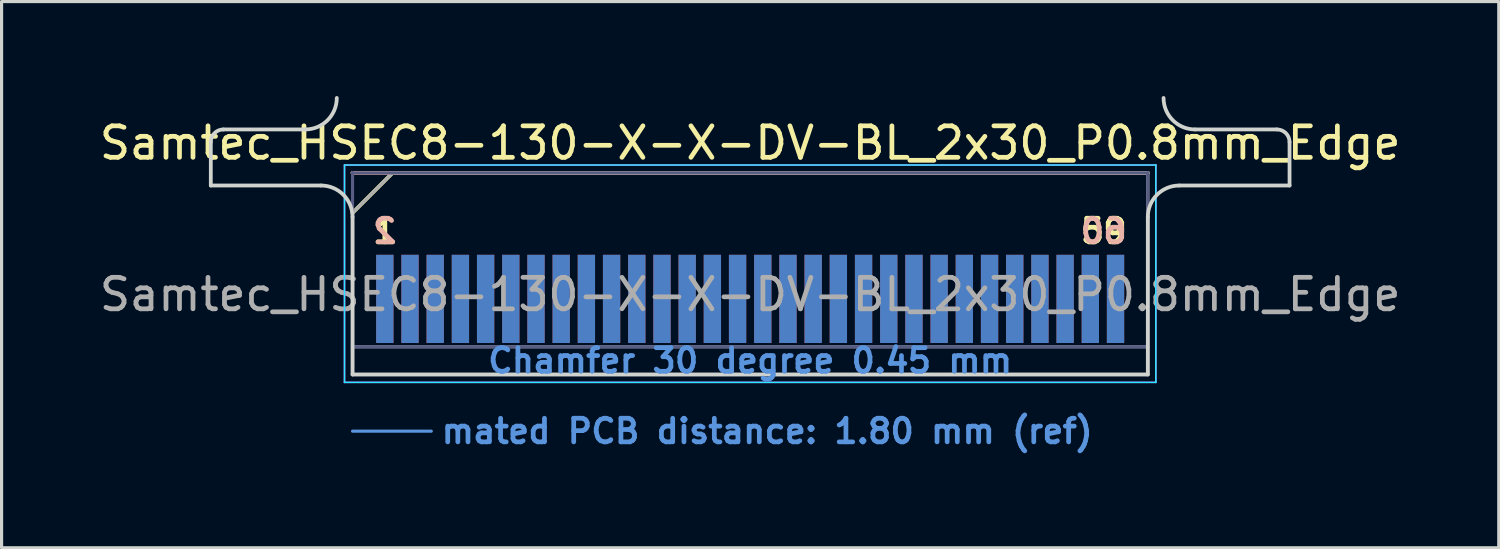
<source format=kicad_pcb>
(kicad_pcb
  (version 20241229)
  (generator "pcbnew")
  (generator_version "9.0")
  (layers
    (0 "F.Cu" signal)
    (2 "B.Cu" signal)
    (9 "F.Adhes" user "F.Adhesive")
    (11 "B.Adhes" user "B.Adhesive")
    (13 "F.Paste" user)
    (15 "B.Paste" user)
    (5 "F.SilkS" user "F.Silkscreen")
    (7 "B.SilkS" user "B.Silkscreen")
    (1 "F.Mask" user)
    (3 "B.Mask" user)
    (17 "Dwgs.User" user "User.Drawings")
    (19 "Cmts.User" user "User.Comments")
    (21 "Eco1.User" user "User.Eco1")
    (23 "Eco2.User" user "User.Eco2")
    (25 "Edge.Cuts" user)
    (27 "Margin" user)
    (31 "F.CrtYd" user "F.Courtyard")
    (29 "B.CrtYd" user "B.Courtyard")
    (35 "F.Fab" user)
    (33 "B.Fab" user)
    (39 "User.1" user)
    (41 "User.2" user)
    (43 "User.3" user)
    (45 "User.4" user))
  (footprint "Samtec_HSEC8-130-X-X-DV-BL_2x30_P0.8mm_Edge"
    (layer "F.Cu")
    (at 20.768 8.84)
    (property "Reference" "Samtec_HSEC8-130-X-X-DV-BL_2x30_P0.8mm_Edge" (at 0 -7.35 0) (layer "F.SilkS") (effects (font (size 1 1) (thickness 0.15))))
    (attr exclude_from_pos_files exclude_from_bom)
    (fp_line (start -12.625 -5.13) (end -11.355 -6.4) (stroke (width 0.12) (type solid)) (layer "F.SilkS"))
    (fp_line (start -11.355 -6.4) (end 12.625 -6.4) (stroke (width 0.12) (type solid)) (layer "F.SilkS"))
    (fp_line (start -12.625 -6.4) (end -12.625 -6.4) (stroke (width 0.12) (type solid)) (layer "B.SilkS"))
    (fp_line (start -12.625 -6.4) (end 12.625 -6.4) (stroke (width 0.12) (type solid)) (layer "B.SilkS"))
    (fp_line (start -12.625 1.8) (end -10.125 1.8) (stroke (width 0.1) (type solid)) (layer "Cmts.User"))
    (fp_line (start -17.125 -6) (end -17.125 -7.38) (stroke (width 0.12) (type solid)) (layer "Edge.Cuts"))
    (fp_line (start -16.725 -7.78) (end -14.125 -7.78) (stroke (width 0.12) (type solid)) (layer "Edge.Cuts"))
    (fp_line (start -13.625 -6) (end -17.125 -6) (stroke (width 0.12) (type solid)) (layer "Edge.Cuts"))
    (fp_line (start -12.625 -5) (end -12.625 0) (stroke (width 0.12) (type solid)) (layer "Edge.Cuts"))
    (fp_line (start -12.625 0) (end 12.625 0) (stroke (width 0.12) (type solid)) (layer "Edge.Cuts"))
    (fp_line (start 12.625 0) (end 12.625 -5) (stroke (width 0.12) (type solid)) (layer "Edge.Cuts"))
    (fp_line (start 13.625 -6) (end 17.125 -6) (stroke (width 0.12) (type solid)) (layer "Edge.Cuts"))
    (fp_line (start 16.725 -7.78) (end 14.125 -7.78) (stroke (width 0.12) (type solid)) (layer "Edge.Cuts"))
    (fp_line (start 17.125 -6) (end 17.125 -7.38) (stroke (width 0.12) (type solid)) (layer "Edge.Cuts"))
    (fp_arc (start -17.125 -7.38) (mid -17.007843 -7.662843) (end -16.725 -7.78) (stroke (width 0.12) (type solid)) (layer "Edge.Cuts"))
    (fp_arc (start -13.625 -6) (mid -12.917893 -5.707107) (end -12.625 -5) (stroke (width 0.12) (type solid)) (layer "Edge.Cuts"))
    (fp_arc (start -13.125 -8.78) (mid -13.417893 -8.072893) (end -14.125 -7.78) (stroke (width 0.12) (type solid)) (layer "Edge.Cuts"))
    (fp_arc (start 12.625 -5) (mid 12.917893 -5.707107) (end 13.625 -6) (stroke (width 0.12) (type solid)) (layer "Edge.Cuts"))
    (fp_arc (start 14.125 -7.78) (mid 13.417893 -8.072893) (end 13.125 -8.78) (stroke (width 0.12) (type solid)) (layer "Edge.Cuts"))
    (fp_arc (start 16.725 -7.78) (mid 17.007843 -7.662843) (end 17.125 -7.38) (stroke (width 0.12) (type solid)) (layer "Edge.Cuts"))
    (fp_line (start -12.88 -6.65) (end -12.88 0.25) (stroke (width 0.05) (type solid)) (layer "B.CrtYd"))
    (fp_line (start -12.88 0.25) (end 12.88 0.25) (stroke (width 0.05) (type solid)) (layer "B.CrtYd"))
    (fp_line (start 12.88 -6.65) (end -12.88 -6.65) (stroke (width 0.05) (type solid)) (layer "B.CrtYd"))
    (fp_line (start 12.88 0.25) (end 12.88 -6.65) (stroke (width 0.05) (type solid)) (layer "B.CrtYd"))
    (fp_line (start -12.88 -6.65) (end -12.88 0.25) (stroke (width 0.05) (type solid)) (layer "F.CrtYd"))
    (fp_line (start -12.88 0.25) (end 12.88 0.25) (stroke (width 0.05) (type solid)) (layer "F.CrtYd"))
    (fp_line (start 12.88 -6.65) (end -12.88 -6.65) (stroke (width 0.05) (type solid)) (layer "F.CrtYd"))
    (fp_line (start 12.88 0.25) (end 12.88 -6.65) (stroke (width 0.05) (type solid)) (layer "F.CrtYd"))
    (fp_line (start -12.625 -6.4) (end -12.625 -6.4) (stroke (width 0.1) (type solid)) (layer "B.Fab"))
    (fp_line (start -12.625 -6.4) (end -12.625 0) (stroke (width 0.1) (type solid)) (layer "B.Fab"))
    (fp_line (start -12.625 -6.4) (end 12.625 -6.4) (stroke (width 0.1) (type solid)) (layer "B.Fab"))
    (fp_line (start -12.625 -0.88) (end 12.625 -0.88) (stroke (width 0.1) (type solid)) (layer "B.Fab"))
    (fp_line (start -12.625 0) (end 12.625 0) (stroke (width 0.1) (type solid)) (layer "B.Fab"))
    (fp_line (start 12.625 -6.4) (end 12.625 0) (stroke (width 0.1) (type solid)) (layer "B.Fab"))
    (fp_line (start -12.625 -5.13) (end -12.625 0) (stroke (width 0.1) (type solid)) (layer "F.Fab"))
    (fp_line (start -12.625 -5.13) (end -11.355 -6.4) (stroke (width 0.1) (type solid)) (layer "F.Fab"))
    (fp_line (start -12.625 -0.88) (end 12.625 -0.88) (stroke (width 0.1) (type solid)) (layer "F.Fab"))
    (fp_line (start -12.625 0) (end 12.625 0) (stroke (width 0.1) (type solid)) (layer "F.Fab"))
    (fp_line (start -11.355 -6.4) (end 12.625 -6.4) (stroke (width 0.1) (type solid)) (layer "F.Fab"))
    (fp_line (start 12.625 -6.4) (end 12.625 0) (stroke (width 0.1) (type solid)) (layer "F.Fab"))
    (fp_text user "1" (at -11.6 -4.55 0) (layer "F.SilkS") (effects (font (size 0.75 0.75) (thickness 0.15))))
    (fp_text user "59" (at 11.225 -4.55 0) (layer "F.SilkS") (effects (font (size 0.75 0.75) (thickness 0.15))))
    (fp_text user "2" (at -11.6 -4.55 0) (layer "B.SilkS") (effects (font (size 0.75 0.75) (thickness 0.15)) (justify mirror)))
    (fp_text user "60" (at 11.225 -4.55 0) (layer "B.SilkS") (effects (font (size 0.75 0.75) (thickness 0.15)) (justify mirror)))
    (fp_text user "mated PCB distance: 1.80 mm (ref)" (at -9.88 1.8 0) (layer "Cmts.User") (effects (font (size 0.75 0.75) (thickness 0.15)) (justify left)))
    (fp_text user "Chamfer 30 degree 0.45 mm" (at 0 -0.44 0) (layer "Cmts.User") (effects (font (size 0.75 0.75) (thickness 0.15))))
    (fp_text user "${REFERENCE}" (at 0 -2.54 0) (layer "F.Fab") (effects (font (size 1 1) (thickness 0.15))))
    (pad "1" connect rect (at -11.6 -2.4) (size 0.55 2.8) (layers "F.Cu" "F.Mask"))
    (pad "2" connect rect (at -11.6 -2.4) (size 0.55 2.8) (layers "B.Cu" "B.Mask"))
    (pad "3" connect rect (at -10.8 -2.4) (size 0.55 2.8) (layers "F.Cu" "F.Mask"))
    (pad "4" connect rect (at -10.8 -2.4) (size 0.55 2.8) (layers "B.Cu" "B.Mask"))
    (pad "5" connect rect (at -10 -2.4) (size 0.55 2.8) (layers "F.Cu" "F.Mask"))
    (pad "6" connect rect (at -10 -2.4) (size 0.55 2.8) (layers "B.Cu" "B.Mask"))
    (pad "7" connect rect (at -9.2 -2.4) (size 0.55 2.8) (layers "F.Cu" "F.Mask"))
    (pad "8" connect rect (at -9.2 -2.4) (size 0.55 2.8) (layers "B.Cu" "B.Mask"))
    (pad "9" connect rect (at -8.4 -2.4) (size 0.55 2.8) (layers "F.Cu" "F.Mask"))
    (pad "10" connect rect (at -8.4 -2.4) (size 0.55 2.8) (layers "B.Cu" "B.Mask"))
    (pad "11" connect rect (at -7.6 -2.4) (size 0.55 2.8) (layers "F.Cu" "F.Mask"))
    (pad "12" connect rect (at -7.6 -2.4) (size 0.55 2.8) (layers "B.Cu" "B.Mask"))
    (pad "13" connect rect (at -6.8 -2.4) (size 0.55 2.8) (layers "F.Cu" "F.Mask"))
    (pad "14" connect rect (at -6.8 -2.4) (size 0.55 2.8) (layers "B.Cu" "B.Mask"))
    (pad "15" connect rect (at -6 -2.4) (size 0.55 2.8) (layers "F.Cu" "F.Mask"))
    (pad "16" connect rect (at -6 -2.4) (size 0.55 2.8) (layers "B.Cu" "B.Mask"))
    (pad "17" connect rect (at -5.2 -2.4) (size 0.55 2.8) (layers "F.Cu" "F.Mask"))
    (pad "18" connect rect (at -5.2 -2.4) (size 0.55 2.8) (layers "B.Cu" "B.Mask"))
    (pad "19" connect rect (at -4.4 -2.4) (size 0.55 2.8) (layers "F.Cu" "F.Mask"))
    (pad "20" connect rect (at -4.4 -2.4) (size 0.55 2.8) (layers "B.Cu" "B.Mask"))
    (pad "21" connect rect (at -3.6 -2.4) (size 0.55 2.8) (layers "F.Cu" "F.Mask"))
    (pad "22" connect rect (at -3.6 -2.4) (size 0.55 2.8) (layers "B.Cu" "B.Mask"))
    (pad "23" connect rect (at -2.8 -2.4) (size 0.55 2.8) (layers "F.Cu" "F.Mask"))
    (pad "24" connect rect (at -2.8 -2.4) (size 0.55 2.8) (layers "B.Cu" "B.Mask"))
    (pad "25" connect rect (at -2 -2.4) (size 0.55 2.8) (layers "F.Cu" "F.Mask"))
    (pad "26" connect rect (at -2 -2.4) (size 0.55 2.8) (layers "B.Cu" "B.Mask"))
    (pad "27" connect rect (at -1.2 -2.4) (size 0.55 2.8) (layers "F.Cu" "F.Mask"))
    (pad "28" connect rect (at -1.2 -2.4) (size 0.55 2.8) (layers "B.Cu" "B.Mask"))
    (pad "29" connect rect (at -0.4 -2.4) (size 0.55 2.8) (layers "F.Cu" "F.Mask"))
    (pad "30" connect rect (at -0.4 -2.4) (size 0.55 2.8) (layers "B.Cu" "B.Mask"))
    (pad "31" connect rect (at 0.4 -2.4) (size 0.55 2.8) (layers "F.Cu" "F.Mask"))
    (pad "32" connect rect (at 0.4 -2.4) (size 0.55 2.8) (layers "B.Cu" "B.Mask"))
    (pad "33" connect rect (at 1.2 -2.4) (size 0.55 2.8) (layers "F.Cu" "F.Mask"))
    (pad "34" connect rect (at 1.2 -2.4) (size 0.55 2.8) (layers "B.Cu" "B.Mask"))
    (pad "35" connect rect (at 2 -2.4) (size 0.55 2.8) (layers "F.Cu" "F.Mask"))
    (pad "36" connect rect (at 2 -2.4) (size 0.55 2.8) (layers "B.Cu" "B.Mask"))
    (pad "37" connect rect (at 2.8 -2.4) (size 0.55 2.8) (layers "F.Cu" "F.Mask"))
    (pad "38" connect rect (at 2.8 -2.4) (size 0.55 2.8) (layers "B.Cu" "B.Mask"))
    (pad "39" connect rect (at 3.6 -2.4) (size 0.55 2.8) (layers "F.Cu" "F.Mask"))
    (pad "40" connect rect (at 3.6 -2.4) (size 0.55 2.8) (layers "B.Cu" "B.Mask"))
    (pad "41" connect rect (at 4.4 -2.4) (size 0.55 2.8) (layers "F.Cu" "F.Mask"))
    (pad "42" connect rect (at 4.4 -2.4) (size 0.55 2.8) (layers "B.Cu" "B.Mask"))
    (pad "43" connect rect (at 5.2 -2.4) (size 0.55 2.8) (layers "F.Cu" "F.Mask"))
    (pad "44" connect rect (at 5.2 -2.4) (size 0.55 2.8) (layers "B.Cu" "B.Mask"))
    (pad "45" connect rect (at 6 -2.4) (size 0.55 2.8) (layers "F.Cu" "F.Mask"))
    (pad "46" connect rect (at 6 -2.4) (size 0.55 2.8) (layers "B.Cu" "B.Mask"))
    (pad "47" connect rect (at 6.8 -2.4) (size 0.55 2.8) (layers "F.Cu" "F.Mask"))
    (pad "48" connect rect (at 6.8 -2.4) (size 0.55 2.8) (layers "B.Cu" "B.Mask"))
    (pad "49" connect rect (at 7.6 -2.4) (size 0.55 2.8) (layers "F.Cu" "F.Mask"))
    (pad "50" connect rect (at 7.6 -2.4) (size 0.55 2.8) (layers "B.Cu" "B.Mask"))
    (pad "51" connect rect (at 8.4 -2.4) (size 0.55 2.8) (layers "F.Cu" "F.Mask"))
    (pad "52" connect rect (at 8.4 -2.4) (size 0.55 2.8) (layers "B.Cu" "B.Mask"))
    (pad "53" connect rect (at 9.2 -2.4) (size 0.55 2.8) (layers "F.Cu" "F.Mask"))
    (pad "54" connect rect (at 9.2 -2.4) (size 0.55 2.8) (layers "B.Cu" "B.Mask"))
    (pad "55" connect rect (at 10 -2.4) (size 0.55 2.8) (layers "F.Cu" "F.Mask"))
    (pad "56" connect rect (at 10 -2.4) (size 0.55 2.8) (layers "B.Cu" "B.Mask"))
    (pad "57" connect rect (at 10.8 -2.4) (size 0.55 2.8) (layers "F.Cu" "F.Mask"))
    (pad "58" connect rect (at 10.8 -2.4) (size 0.55 2.8) (layers "B.Cu" "B.Mask"))
    (pad "59" connect rect (at 11.6 -2.4) (size 0.55 2.8) (layers "F.Cu" "F.Mask"))
    (pad "60" connect rect (at 11.6 -2.4) (size 0.55 2.8) (layers "B.Cu" "B.Mask")))
  (gr_rect
    (start -3 -3)
    (end 44.536 14.342)
    (stroke (width 0.1) (type default))
    (fill no)
    (layer "Edge.Cuts")))
</source>
